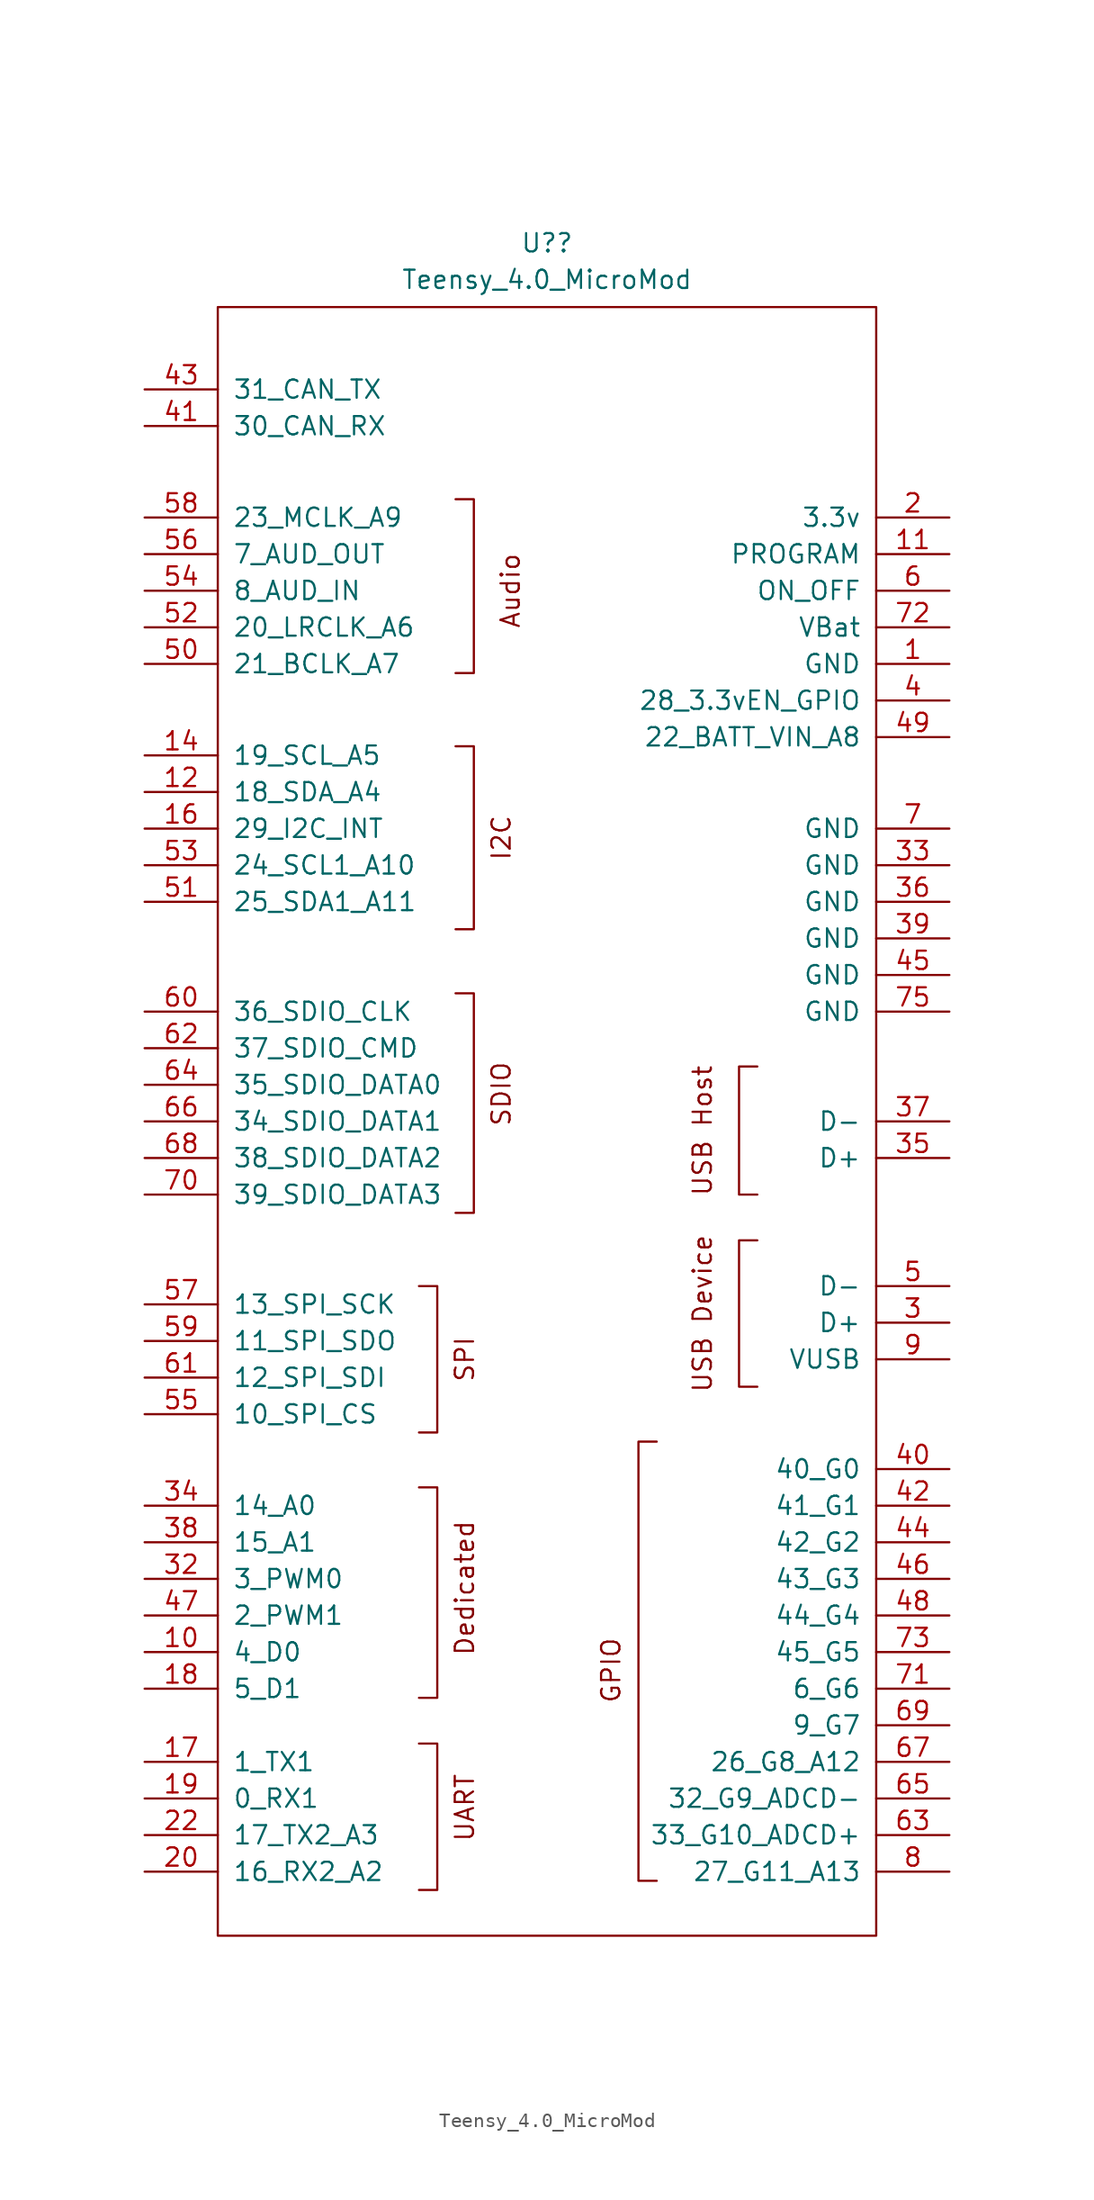
<source format=kicad_sym>
(kicad_symbol_lib
  (version 20210619)
  (generator kicad_symbol_editor)
  (symbol "Teensy_4.0_MicroMod:Teensy_4.0_MicroMod"
    (pin_names
      (offset 1.016))
    (property "Reference" "U?"
      (at 0 41.91 0)
      (effects (font (size 1.27 1.27))))
    (property "Value" "Teensy_4.0_MicroMod"
      (at 0 39.37 0)
      (effects (font (size 1.27 1.27))))
    (symbol "Teensy_4.0_MicroMod_0_0"
      (text "Audio" (at -2.54 17.78 900) (effects (font (size 1.27 1.27))))
      (text "Dedicated" (at -5.715 -51.435 900) (effects (font (size 1.27 1.27))))
      (text "GPIO" (at 4.445 -57.15 900) (effects (font (size 1.27 1.27))))
      (text "I2C" (at -3.175 0.635 900) (effects (font (size 1.27 1.27))))
      (text "SDIO" (at -3.175 -17.145 900) (effects (font (size 1.27 1.27))))
      (text "SPI" (at -5.715 -35.56 900) (effects (font (size 1.27 1.27))))
      (text "UART" (at -5.715 -66.675 900) (effects (font (size 1.27 1.27))))
      (text "USB Device" (at 10.795 -32.385 900) (effects (font (size 1.27 1.27))))
      (text "USB Host" (at 10.795 -19.685 900) (effects (font (size 1.27 1.27))))
      (rectangle (start -22.86 37.465) (end 22.86 -75.565) (stroke (width 0)) (fill (type none)))
      (polyline (pts (xy -8.89 -62.23) (xy -7.62 -62.23) (xy -7.62 -72.39) (xy -8.89 -72.39)) (stroke (width 0)) (fill (type none)))
      (polyline (pts (xy -8.89 -44.45) (xy -7.62 -44.45) (xy -7.62 -59.055) (xy -8.89 -59.055)) (stroke (width 0)) (fill (type none)))
      (polyline (pts (xy -8.89 -30.48) (xy -7.62 -30.48) (xy -7.62 -40.64) (xy -8.89 -40.64)) (stroke (width 0)) (fill (type none)))
      (polyline (pts (xy -6.35 -10.16) (xy -5.08 -10.16) (xy -5.08 -25.4) (xy -6.35 -25.4)) (stroke (width 0)) (fill (type none)))
      (polyline (pts (xy -6.35 6.985) (xy -5.08 6.985) (xy -5.08 -5.715) (xy -6.35 -5.715)) (stroke (width 0)) (fill (type none)))
      (polyline (pts (xy -6.35 12.065) (xy -5.08 12.065) (xy -5.08 24.13) (xy -6.35 24.13)) (stroke (width 0)) (fill (type none)))
      (polyline (pts (xy 7.62 -41.275) (xy 6.35 -41.275) (xy 6.35 -71.755) (xy 7.62 -71.755)) (stroke (width 0)) (fill (type none)))
      (pin input line (at 27.94 20.32 180) (length 5.08) (name "PROGRAM" (effects (font (size 1.27 1.27)))) (number "11" (effects (font (size 1.27 1.27)))))
      (pin bidirectional line (at 27.94 -33.02 180) (length 5.08) (name "D+" (effects (font (size 1.27 1.27)))) (number "3" (effects (font (size 1.27 1.27)))))
      (pin power_in line (at 27.94 -1.27 180) (length 5.08) (name "GND" (effects (font (size 1.27 1.27)))) (number "33" (effects (font (size 1.27 1.27)))))
      (pin bidirectional line (at 27.94 -21.59 180) (length 5.08) (name "D+" (effects (font (size 1.27 1.27)))) (number "35" (effects (font (size 1.27 1.27)))))
      (pin power_in line (at 27.94 -3.81 180) (length 5.08) (name "GND" (effects (font (size 1.27 1.27)))) (number "36" (effects (font (size 1.27 1.27)))))
      (pin bidirectional line (at 27.94 -19.05 180) (length 5.08) (name "D-" (effects (font (size 1.27 1.27)))) (number "37" (effects (font (size 1.27 1.27)))))
      (pin power_in line (at 27.94 -6.35 180) (length 5.08) (name "GND" (effects (font (size 1.27 1.27)))) (number "39" (effects (font (size 1.27 1.27)))))
      (pin power_in line (at 27.94 -8.89 180) (length 5.08) (name "GND" (effects (font (size 1.27 1.27)))) (number "45" (effects (font (size 1.27 1.27)))))
      (pin bidirectional line (at 27.94 -30.48 180) (length 5.08) (name "D-" (effects (font (size 1.27 1.27)))) (number "5" (effects (font (size 1.27 1.27)))))
      (pin input line (at 27.94 17.78 180) (length 5.08) (name "ON_OFF" (effects (font (size 1.27 1.27)))) (number "6" (effects (font (size 1.27 1.27)))))
      (pin power_in line (at 27.94 1.27 180) (length 5.08) (name "GND" (effects (font (size 1.27 1.27)))) (number "7" (effects (font (size 1.27 1.27)))))
      (pin input line (at 27.94 15.24 180) (length 5.08) (name "VBat" (effects (font (size 1.27 1.27)))) (number "72" (effects (font (size 1.27 1.27)))))
      (pin power_in line (at 27.94 -11.43 180) (length 5.08) (name "GND" (effects (font (size 1.27 1.27)))) (number "75" (effects (font (size 1.27 1.27)))))
      (pin power_in line (at 27.94 -35.56 180) (length 5.08) (name "VUSB" (effects (font (size 1.27 1.27)))) (number "9" (effects (font (size 1.27 1.27))))))
    (symbol "Teensy_4.0_MicroMod_0_1"
      (polyline (pts (xy 14.605 -27.305) (xy 13.335 -27.305) (xy 13.335 -37.465) (xy 14.605 -37.465)) (stroke (width 0)) (fill (type none)))
      (polyline (pts (xy 14.605 -15.24) (xy 13.335 -15.24) (xy 13.335 -24.13) (xy 14.605 -24.13)) (stroke (width 0)) (fill (type none))))
    (symbol "Teensy_4.0_MicroMod_1_1"
      (pin input line (at 27.94 12.7 180) (length 5.08) (name "GND" (effects (font (size 1.27 1.27)))) (number "1" (effects (font (size 1.27 1.27)))))
      (pin input line (at -27.94 -55.88 0) (length 5.08) (name "4_D0" (effects (font (size 1.27 1.27)))) (number "10" (effects (font (size 1.27 1.27)))))
      (pin input line (at -27.94 3.81 0) (length 5.08) (name "18_SDA_A4" (effects (font (size 1.27 1.27)))) (number "12" (effects (font (size 1.27 1.27)))))
      (pin input line (at -27.94 6.35 0) (length 5.08) (name "19_SCL_A5" (effects (font (size 1.27 1.27)))) (number "14" (effects (font (size 1.27 1.27)))))
      (pin input line (at -27.94 1.27 0) (length 5.08) (name "29_I2C_INT" (effects (font (size 1.27 1.27)))) (number "16" (effects (font (size 1.27 1.27)))))
      (pin input line (at -27.94 -63.5 0) (length 5.08) (name "1_TX1" (effects (font (size 1.27 1.27)))) (number "17" (effects (font (size 1.27 1.27)))))
      (pin input line (at -27.94 -58.42 0) (length 5.08) (name "5_D1" (effects (font (size 1.27 1.27)))) (number "18" (effects (font (size 1.27 1.27)))))
      (pin input line (at -27.94 -66.04 0) (length 5.08) (name "0_RX1" (effects (font (size 1.27 1.27)))) (number "19" (effects (font (size 1.27 1.27)))))
      (pin input line (at 27.94 22.86 180) (length 5.08) (name "3.3v" (effects (font (size 1.27 1.27)))) (number "2" (effects (font (size 1.27 1.27)))))
      (pin input line (at -27.94 -71.12 0) (length 5.08) (name "16_RX2_A2" (effects (font (size 1.27 1.27)))) (number "20" (effects (font (size 1.27 1.27)))))
      (pin input line (at -27.94 -68.58 0) (length 5.08) (name "17_TX2_A3" (effects (font (size 1.27 1.27)))) (number "22" (effects (font (size 1.27 1.27)))))
      (pin input line (at -27.94 -50.8 0) (length 5.08) (name "3_PWM0" (effects (font (size 1.27 1.27)))) (number "32" (effects (font (size 1.27 1.27)))))
      (pin input line (at -27.94 -45.72 0) (length 5.08) (name "14_A0" (effects (font (size 1.27 1.27)))) (number "34" (effects (font (size 1.27 1.27)))))
      (pin input line (at -27.94 -48.26 0) (length 5.08) (name "15_A1" (effects (font (size 1.27 1.27)))) (number "38" (effects (font (size 1.27 1.27)))))
      (pin input line (at 27.94 10.16 180) (length 5.08) (name "28_3.3vEN_GPIO" (effects (font (size 1.27 1.27)))) (number "4" (effects (font (size 1.27 1.27)))))
      (pin input line (at 27.94 -43.18 180) (length 5.08) (name "40_G0" (effects (font (size 1.27 1.27)))) (number "40" (effects (font (size 1.27 1.27)))))
      (pin input line (at -27.94 29.21 0) (length 5.08) (name "30_CAN_RX" (effects (font (size 1.27 1.27)))) (number "41" (effects (font (size 1.27 1.27)))))
      (pin input line (at 27.94 -45.72 180) (length 5.08) (name "41_G1" (effects (font (size 1.27 1.27)))) (number "42" (effects (font (size 1.27 1.27)))))
      (pin input line (at -27.94 31.75 0) (length 5.08) (name "31_CAN_TX" (effects (font (size 1.27 1.27)))) (number "43" (effects (font (size 1.27 1.27)))))
      (pin input line (at 27.94 -48.26 180) (length 5.08) (name "42_G2" (effects (font (size 1.27 1.27)))) (number "44" (effects (font (size 1.27 1.27)))))
      (pin input line (at 27.94 -50.8 180) (length 5.08) (name "43_G3" (effects (font (size 1.27 1.27)))) (number "46" (effects (font (size 1.27 1.27)))))
      (pin input line (at -27.94 -53.34 0) (length 5.08) (name "2_PWM1" (effects (font (size 1.27 1.27)))) (number "47" (effects (font (size 1.27 1.27)))))
      (pin input line (at 27.94 -53.34 180) (length 5.08) (name "44_G4" (effects (font (size 1.27 1.27)))) (number "48" (effects (font (size 1.27 1.27)))))
      (pin input line (at 27.94 7.62 180) (length 5.08) (name "22_BATT_VIN_A8" (effects (font (size 1.27 1.27)))) (number "49" (effects (font (size 1.27 1.27)))))
      (pin input line (at -27.94 12.7 0) (length 5.08) (name "21_BCLK_A7" (effects (font (size 1.27 1.27)))) (number "50" (effects (font (size 1.27 1.27)))))
      (pin input line (at -27.94 -3.81 0) (length 5.08) (name "25_SDA1_A11" (effects (font (size 1.27 1.27)))) (number "51" (effects (font (size 1.27 1.27)))))
      (pin input line (at -27.94 15.24 0) (length 5.08) (name "20_LRCLK_A6" (effects (font (size 1.27 1.27)))) (number "52" (effects (font (size 1.27 1.27)))))
      (pin input line (at -27.94 -1.27 0) (length 5.08) (name "24_SCL1_A10" (effects (font (size 1.27 1.27)))) (number "53" (effects (font (size 1.27 1.27)))))
      (pin input line (at -27.94 17.78 0) (length 5.08) (name "8_AUD_IN" (effects (font (size 1.27 1.27)))) (number "54" (effects (font (size 1.27 1.27)))))
      (pin input line (at -27.94 -39.37 0) (length 5.08) (name "10_SPI_CS" (effects (font (size 1.27 1.27)))) (number "55" (effects (font (size 1.27 1.27)))))
      (pin input line (at -27.94 20.32 0) (length 5.08) (name "7_AUD_OUT" (effects (font (size 1.27 1.27)))) (number "56" (effects (font (size 1.27 1.27)))))
      (pin input line (at -27.94 -31.75 0) (length 5.08) (name "13_SPI_SCK" (effects (font (size 1.27 1.27)))) (number "57" (effects (font (size 1.27 1.27)))))
      (pin input line (at -27.94 22.86 0) (length 5.08) (name "23_MCLK_A9" (effects (font (size 1.27 1.27)))) (number "58" (effects (font (size 1.27 1.27)))))
      (pin input line (at -27.94 -34.29 0) (length 5.08) (name "11_SPI_SDO" (effects (font (size 1.27 1.27)))) (number "59" (effects (font (size 1.27 1.27)))))
      (pin input line (at -27.94 -11.43 0) (length 5.08) (name "36_SDIO_CLK" (effects (font (size 1.27 1.27)))) (number "60" (effects (font (size 1.27 1.27)))))
      (pin input line (at -27.94 -36.83 0) (length 5.08) (name "12_SPI_SDI" (effects (font (size 1.27 1.27)))) (number "61" (effects (font (size 1.27 1.27)))))
      (pin input line (at -27.94 -13.97 0) (length 5.08) (name "37_SDIO_CMD" (effects (font (size 1.27 1.27)))) (number "62" (effects (font (size 1.27 1.27)))))
      (pin input line (at 27.94 -68.58 180) (length 5.08) (name "33_G10_ADCD+" (effects (font (size 1.27 1.27)))) (number "63" (effects (font (size 1.27 1.27)))))
      (pin input line (at -27.94 -16.51 0) (length 5.08) (name "35_SDIO_DATA0" (effects (font (size 1.27 1.27)))) (number "64" (effects (font (size 1.27 1.27)))))
      (pin input line (at 27.94 -66.04 180) (length 5.08) (name "32_G9_ADCD-" (effects (font (size 1.27 1.27)))) (number "65" (effects (font (size 1.27 1.27)))))
      (pin input line (at -27.94 -19.05 0) (length 5.08) (name "34_SDIO_DATA1" (effects (font (size 1.27 1.27)))) (number "66" (effects (font (size 1.27 1.27)))))
      (pin input line (at 27.94 -63.5 180) (length 5.08) (name "26_G8_A12" (effects (font (size 1.27 1.27)))) (number "67" (effects (font (size 1.27 1.27)))))
      (pin input line (at -27.94 -21.59 0) (length 5.08) (name "38_SDIO_DATA2" (effects (font (size 1.27 1.27)))) (number "68" (effects (font (size 1.27 1.27)))))
      (pin input line (at 27.94 -60.96 180) (length 5.08) (name "9_G7" (effects (font (size 1.27 1.27)))) (number "69" (effects (font (size 1.27 1.27)))))
      (pin input line (at -27.94 -24.13 0) (length 5.08) (name "39_SDIO_DATA3" (effects (font (size 1.27 1.27)))) (number "70" (effects (font (size 1.27 1.27)))))
      (pin input line (at 27.94 -58.42 180) (length 5.08) (name "6_G6" (effects (font (size 1.27 1.27)))) (number "71" (effects (font (size 1.27 1.27)))))
      (pin input line (at 27.94 -55.88 180) (length 5.08) (name "45_G5" (effects (font (size 1.27 1.27)))) (number "73" (effects (font (size 1.27 1.27)))))
      (pin input line (at 27.94 -71.12 180) (length 5.08) (name "27_G11_A13" (effects (font (size 1.27 1.27)))) (number "8" (effects (font (size 1.27 1.27))))))))
</source>
